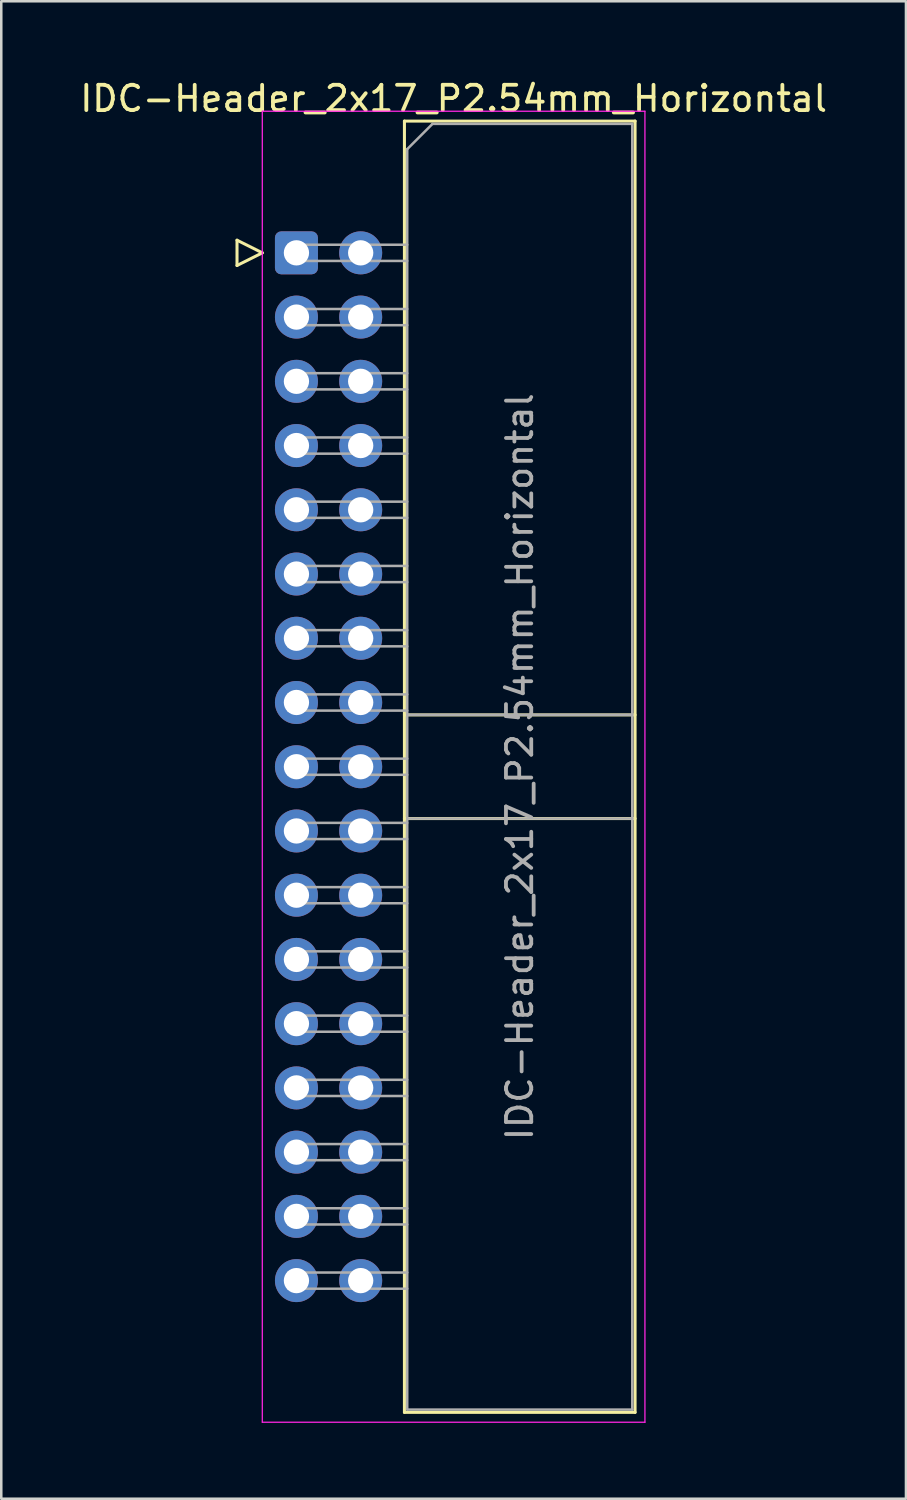
<source format=kicad_pcb>
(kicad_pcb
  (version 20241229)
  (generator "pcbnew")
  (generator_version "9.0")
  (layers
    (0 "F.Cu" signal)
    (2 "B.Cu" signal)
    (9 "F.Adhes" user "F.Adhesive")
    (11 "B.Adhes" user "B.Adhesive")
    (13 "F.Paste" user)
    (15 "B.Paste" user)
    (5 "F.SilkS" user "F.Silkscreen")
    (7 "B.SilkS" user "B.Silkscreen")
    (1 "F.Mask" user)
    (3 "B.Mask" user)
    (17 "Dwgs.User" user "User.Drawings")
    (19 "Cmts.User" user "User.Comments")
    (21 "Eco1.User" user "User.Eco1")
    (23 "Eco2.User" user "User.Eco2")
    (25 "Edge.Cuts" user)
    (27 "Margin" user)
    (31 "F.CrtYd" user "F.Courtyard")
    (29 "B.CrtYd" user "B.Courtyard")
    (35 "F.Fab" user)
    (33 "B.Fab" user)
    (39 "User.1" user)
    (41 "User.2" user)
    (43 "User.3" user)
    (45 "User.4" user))
  (footprint "IDC-Header_2x17_P2.54mm_Horizontal"
    (layer "F.Cu")
    (at 8.672 6.948)
    (property "Reference" "IDC-Header_2x17_P2.54mm_Horizontal" (at 6.215 -6.1 0) (layer "F.SilkS") (effects (font (size 1 1) (thickness 0.15))))
    (attr through_hole)
    (fp_line (start -2.35 -0.5) (end -2.35 0.5) (stroke (width 0.12) (type solid)) (layer "F.SilkS"))
    (fp_line (start -2.35 0.5) (end -1.35 0) (stroke (width 0.12) (type solid)) (layer "F.SilkS"))
    (fp_line (start -1.35 0) (end -2.35 -0.5) (stroke (width 0.12) (type solid)) (layer "F.SilkS"))
    (fp_line (start 4.27 -5.21) (end 13.39 -5.21) (stroke (width 0.12) (type solid)) (layer "F.SilkS"))
    (fp_line (start 4.27 18.27) (end 13.39 18.27) (stroke (width 0.12) (type solid)) (layer "F.SilkS"))
    (fp_line (start 4.27 22.37) (end 13.39 22.37) (stroke (width 0.12) (type solid)) (layer "F.SilkS"))
    (fp_line (start 4.27 45.85) (end 4.27 -5.21) (stroke (width 0.12) (type solid)) (layer "F.SilkS"))
    (fp_line (start 13.39 -5.21) (end 13.39 45.85) (stroke (width 0.12) (type solid)) (layer "F.SilkS"))
    (fp_line (start 13.39 45.85) (end 4.27 45.85) (stroke (width 0.12) (type solid)) (layer "F.SilkS"))
    (fp_line (start -1.35 -5.6) (end -1.35 46.24) (stroke (width 0.05) (type solid)) (layer "F.CrtYd"))
    (fp_line (start -1.35 46.24) (end 13.78 46.24) (stroke (width 0.05) (type solid)) (layer "F.CrtYd"))
    (fp_line (start 13.78 -5.6) (end -1.35 -5.6) (stroke (width 0.05) (type solid)) (layer "F.CrtYd"))
    (fp_line (start 13.78 46.24) (end 13.78 -5.6) (stroke (width 0.05) (type solid)) (layer "F.CrtYd"))
    (fp_line (start -0.32 -0.32) (end -0.32 0.32) (stroke (width 0.1) (type solid)) (layer "F.Fab"))
    (fp_line (start -0.32 0.32) (end 4.38 0.32) (stroke (width 0.1) (type solid)) (layer "F.Fab"))
    (fp_line (start -0.32 2.22) (end -0.32 2.86) (stroke (width 0.1) (type solid)) (layer "F.Fab"))
    (fp_line (start -0.32 2.86) (end 4.38 2.86) (stroke (width 0.1) (type solid)) (layer "F.Fab"))
    (fp_line (start -0.32 4.76) (end -0.32 5.4) (stroke (width 0.1) (type solid)) (layer "F.Fab"))
    (fp_line (start -0.32 5.4) (end 4.38 5.4) (stroke (width 0.1) (type solid)) (layer "F.Fab"))
    (fp_line (start -0.32 7.3) (end -0.32 7.94) (stroke (width 0.1) (type solid)) (layer "F.Fab"))
    (fp_line (start -0.32 7.94) (end 4.38 7.94) (stroke (width 0.1) (type solid)) (layer "F.Fab"))
    (fp_line (start -0.32 9.84) (end -0.32 10.48) (stroke (width 0.1) (type solid)) (layer "F.Fab"))
    (fp_line (start -0.32 10.48) (end 4.38 10.48) (stroke (width 0.1) (type solid)) (layer "F.Fab"))
    (fp_line (start -0.32 12.38) (end -0.32 13.02) (stroke (width 0.1) (type solid)) (layer "F.Fab"))
    (fp_line (start -0.32 13.02) (end 4.38 13.02) (stroke (width 0.1) (type solid)) (layer "F.Fab"))
    (fp_line (start -0.32 14.92) (end -0.32 15.56) (stroke (width 0.1) (type solid)) (layer "F.Fab"))
    (fp_line (start -0.32 15.56) (end 4.38 15.56) (stroke (width 0.1) (type solid)) (layer "F.Fab"))
    (fp_line (start -0.32 17.46) (end -0.32 18.1) (stroke (width 0.1) (type solid)) (layer "F.Fab"))
    (fp_line (start -0.32 18.1) (end 4.38 18.1) (stroke (width 0.1) (type solid)) (layer "F.Fab"))
    (fp_line (start -0.32 20) (end -0.32 20.64) (stroke (width 0.1) (type solid)) (layer "F.Fab"))
    (fp_line (start -0.32 20.64) (end 4.38 20.64) (stroke (width 0.1) (type solid)) (layer "F.Fab"))
    (fp_line (start -0.32 22.54) (end -0.32 23.18) (stroke (width 0.1) (type solid)) (layer "F.Fab"))
    (fp_line (start -0.32 23.18) (end 4.38 23.18) (stroke (width 0.1) (type solid)) (layer "F.Fab"))
    (fp_line (start -0.32 25.08) (end -0.32 25.72) (stroke (width 0.1) (type solid)) (layer "F.Fab"))
    (fp_line (start -0.32 25.72) (end 4.38 25.72) (stroke (width 0.1) (type solid)) (layer "F.Fab"))
    (fp_line (start -0.32 27.62) (end -0.32 28.26) (stroke (width 0.1) (type solid)) (layer "F.Fab"))
    (fp_line (start -0.32 28.26) (end 4.38 28.26) (stroke (width 0.1) (type solid)) (layer "F.Fab"))
    (fp_line (start -0.32 30.16) (end -0.32 30.8) (stroke (width 0.1) (type solid)) (layer "F.Fab"))
    (fp_line (start -0.32 30.8) (end 4.38 30.8) (stroke (width 0.1) (type solid)) (layer "F.Fab"))
    (fp_line (start -0.32 32.7) (end -0.32 33.34) (stroke (width 0.1) (type solid)) (layer "F.Fab"))
    (fp_line (start -0.32 33.34) (end 4.38 33.34) (stroke (width 0.1) (type solid)) (layer "F.Fab"))
    (fp_line (start -0.32 35.24) (end -0.32 35.88) (stroke (width 0.1) (type solid)) (layer "F.Fab"))
    (fp_line (start -0.32 35.88) (end 4.38 35.88) (stroke (width 0.1) (type solid)) (layer "F.Fab"))
    (fp_line (start -0.32 37.78) (end -0.32 38.42) (stroke (width 0.1) (type solid)) (layer "F.Fab"))
    (fp_line (start -0.32 38.42) (end 4.38 38.42) (stroke (width 0.1) (type solid)) (layer "F.Fab"))
    (fp_line (start -0.32 40.32) (end -0.32 40.96) (stroke (width 0.1) (type solid)) (layer "F.Fab"))
    (fp_line (start -0.32 40.96) (end 4.38 40.96) (stroke (width 0.1) (type solid)) (layer "F.Fab"))
    (fp_line (start 4.38 -4.1) (end 5.38 -5.1) (stroke (width 0.1) (type solid)) (layer "F.Fab"))
    (fp_line (start 4.38 -0.32) (end -0.32 -0.32) (stroke (width 0.1) (type solid)) (layer "F.Fab"))
    (fp_line (start 4.38 2.22) (end -0.32 2.22) (stroke (width 0.1) (type solid)) (layer "F.Fab"))
    (fp_line (start 4.38 4.76) (end -0.32 4.76) (stroke (width 0.1) (type solid)) (layer "F.Fab"))
    (fp_line (start 4.38 7.3) (end -0.32 7.3) (stroke (width 0.1) (type solid)) (layer "F.Fab"))
    (fp_line (start 4.38 9.84) (end -0.32 9.84) (stroke (width 0.1) (type solid)) (layer "F.Fab"))
    (fp_line (start 4.38 12.38) (end -0.32 12.38) (stroke (width 0.1) (type solid)) (layer "F.Fab"))
    (fp_line (start 4.38 14.92) (end -0.32 14.92) (stroke (width 0.1) (type solid)) (layer "F.Fab"))
    (fp_line (start 4.38 17.46) (end -0.32 17.46) (stroke (width 0.1) (type solid)) (layer "F.Fab"))
    (fp_line (start 4.38 18.27) (end 13.28 18.27) (stroke (width 0.1) (type solid)) (layer "F.Fab"))
    (fp_line (start 4.38 20) (end -0.32 20) (stroke (width 0.1) (type solid)) (layer "F.Fab"))
    (fp_line (start 4.38 22.37) (end 13.28 22.37) (stroke (width 0.1) (type solid)) (layer "F.Fab"))
    (fp_line (start 4.38 22.54) (end -0.32 22.54) (stroke (width 0.1) (type solid)) (layer "F.Fab"))
    (fp_line (start 4.38 25.08) (end -0.32 25.08) (stroke (width 0.1) (type solid)) (layer "F.Fab"))
    (fp_line (start 4.38 27.62) (end -0.32 27.62) (stroke (width 0.1) (type solid)) (layer "F.Fab"))
    (fp_line (start 4.38 30.16) (end -0.32 30.16) (stroke (width 0.1) (type solid)) (layer "F.Fab"))
    (fp_line (start 4.38 32.7) (end -0.32 32.7) (stroke (width 0.1) (type solid)) (layer "F.Fab"))
    (fp_line (start 4.38 35.24) (end -0.32 35.24) (stroke (width 0.1) (type solid)) (layer "F.Fab"))
    (fp_line (start 4.38 37.78) (end -0.32 37.78) (stroke (width 0.1) (type solid)) (layer "F.Fab"))
    (fp_line (start 4.38 40.32) (end -0.32 40.32) (stroke (width 0.1) (type solid)) (layer "F.Fab"))
    (fp_line (start 4.38 45.74) (end 4.38 -4.1) (stroke (width 0.1) (type solid)) (layer "F.Fab"))
    (fp_line (start 5.38 -5.1) (end 13.28 -5.1) (stroke (width 0.1) (type solid)) (layer "F.Fab"))
    (fp_line (start 13.28 -5.1) (end 13.28 45.74) (stroke (width 0.1) (type solid)) (layer "F.Fab"))
    (fp_line (start 13.28 45.74) (end 4.38 45.74) (stroke (width 0.1) (type solid)) (layer "F.Fab"))
    (fp_text user "${REFERENCE}" (at 8.83 20.32 90) (layer "F.Fab") (effects (font (size 1 1) (thickness 0.15))))
    (pad "1" thru_hole roundrect (at 0 0) (size 1.7 1.7) (drill 1) (layers "*.Cu" "*.Mask") (roundrect_rratio 0.147))
    (pad "2" thru_hole circle (at 2.54 0) (size 1.7 1.7) (drill 1) (layers "*.Cu" "*.Mask"))
    (pad "3" thru_hole circle (at 0 2.54) (size 1.7 1.7) (drill 1) (layers "*.Cu" "*.Mask"))
    (pad "4" thru_hole circle (at 2.54 2.54) (size 1.7 1.7) (drill 1) (layers "*.Cu" "*.Mask"))
    (pad "5" thru_hole circle (at 0 5.08) (size 1.7 1.7) (drill 1) (layers "*.Cu" "*.Mask"))
    (pad "6" thru_hole circle (at 2.54 5.08) (size 1.7 1.7) (drill 1) (layers "*.Cu" "*.Mask"))
    (pad "7" thru_hole circle (at 0 7.62) (size 1.7 1.7) (drill 1) (layers "*.Cu" "*.Mask"))
    (pad "8" thru_hole circle (at 2.54 7.62) (size 1.7 1.7) (drill 1) (layers "*.Cu" "*.Mask"))
    (pad "9" thru_hole circle (at 0 10.16) (size 1.7 1.7) (drill 1) (layers "*.Cu" "*.Mask"))
    (pad "10" thru_hole circle (at 2.54 10.16) (size 1.7 1.7) (drill 1) (layers "*.Cu" "*.Mask"))
    (pad "11" thru_hole circle (at 0 12.7) (size 1.7 1.7) (drill 1) (layers "*.Cu" "*.Mask"))
    (pad "12" thru_hole circle (at 2.54 12.7) (size 1.7 1.7) (drill 1) (layers "*.Cu" "*.Mask"))
    (pad "13" thru_hole circle (at 0 15.24) (size 1.7 1.7) (drill 1) (layers "*.Cu" "*.Mask"))
    (pad "14" thru_hole circle (at 2.54 15.24) (size 1.7 1.7) (drill 1) (layers "*.Cu" "*.Mask"))
    (pad "15" thru_hole circle (at 0 17.78) (size 1.7 1.7) (drill 1) (layers "*.Cu" "*.Mask"))
    (pad "16" thru_hole circle (at 2.54 17.78) (size 1.7 1.7) (drill 1) (layers "*.Cu" "*.Mask"))
    (pad "17" thru_hole circle (at 0 20.32) (size 1.7 1.7) (drill 1) (layers "*.Cu" "*.Mask"))
    (pad "18" thru_hole circle (at 2.54 20.32) (size 1.7 1.7) (drill 1) (layers "*.Cu" "*.Mask"))
    (pad "19" thru_hole circle (at 0 22.86) (size 1.7 1.7) (drill 1) (layers "*.Cu" "*.Mask"))
    (pad "20" thru_hole circle (at 2.54 22.86) (size 1.7 1.7) (drill 1) (layers "*.Cu" "*.Mask"))
    (pad "21" thru_hole circle (at 0 25.4) (size 1.7 1.7) (drill 1) (layers "*.Cu" "*.Mask"))
    (pad "22" thru_hole circle (at 2.54 25.4) (size 1.7 1.7) (drill 1) (layers "*.Cu" "*.Mask"))
    (pad "23" thru_hole circle (at 0 27.94) (size 1.7 1.7) (drill 1) (layers "*.Cu" "*.Mask"))
    (pad "24" thru_hole circle (at 2.54 27.94) (size 1.7 1.7) (drill 1) (layers "*.Cu" "*.Mask"))
    (pad "25" thru_hole circle (at 0 30.48) (size 1.7 1.7) (drill 1) (layers "*.Cu" "*.Mask"))
    (pad "26" thru_hole circle (at 2.54 30.48) (size 1.7 1.7) (drill 1) (layers "*.Cu" "*.Mask"))
    (pad "27" thru_hole circle (at 0 33.02) (size 1.7 1.7) (drill 1) (layers "*.Cu" "*.Mask"))
    (pad "28" thru_hole circle (at 2.54 33.02) (size 1.7 1.7) (drill 1) (layers "*.Cu" "*.Mask"))
    (pad "29" thru_hole circle (at 0 35.56) (size 1.7 1.7) (drill 1) (layers "*.Cu" "*.Mask"))
    (pad "30" thru_hole circle (at 2.54 35.56) (size 1.7 1.7) (drill 1) (layers "*.Cu" "*.Mask"))
    (pad "31" thru_hole circle (at 0 38.1) (size 1.7 1.7) (drill 1) (layers "*.Cu" "*.Mask"))
    (pad "32" thru_hole circle (at 2.54 38.1) (size 1.7 1.7) (drill 1) (layers "*.Cu" "*.Mask"))
    (pad "33" thru_hole circle (at 0 40.64) (size 1.7 1.7) (drill 1) (layers "*.Cu" "*.Mask"))
    (pad "34" thru_hole circle (at 2.54 40.64) (size 1.7 1.7) (drill 1) (layers "*.Cu" "*.Mask")))
  (gr_rect
    (start -3 -3)
    (end 32.774 56.213)
    (stroke (width 0.1) (type default))
    (fill no)
    (layer "Edge.Cuts")))
</source>
